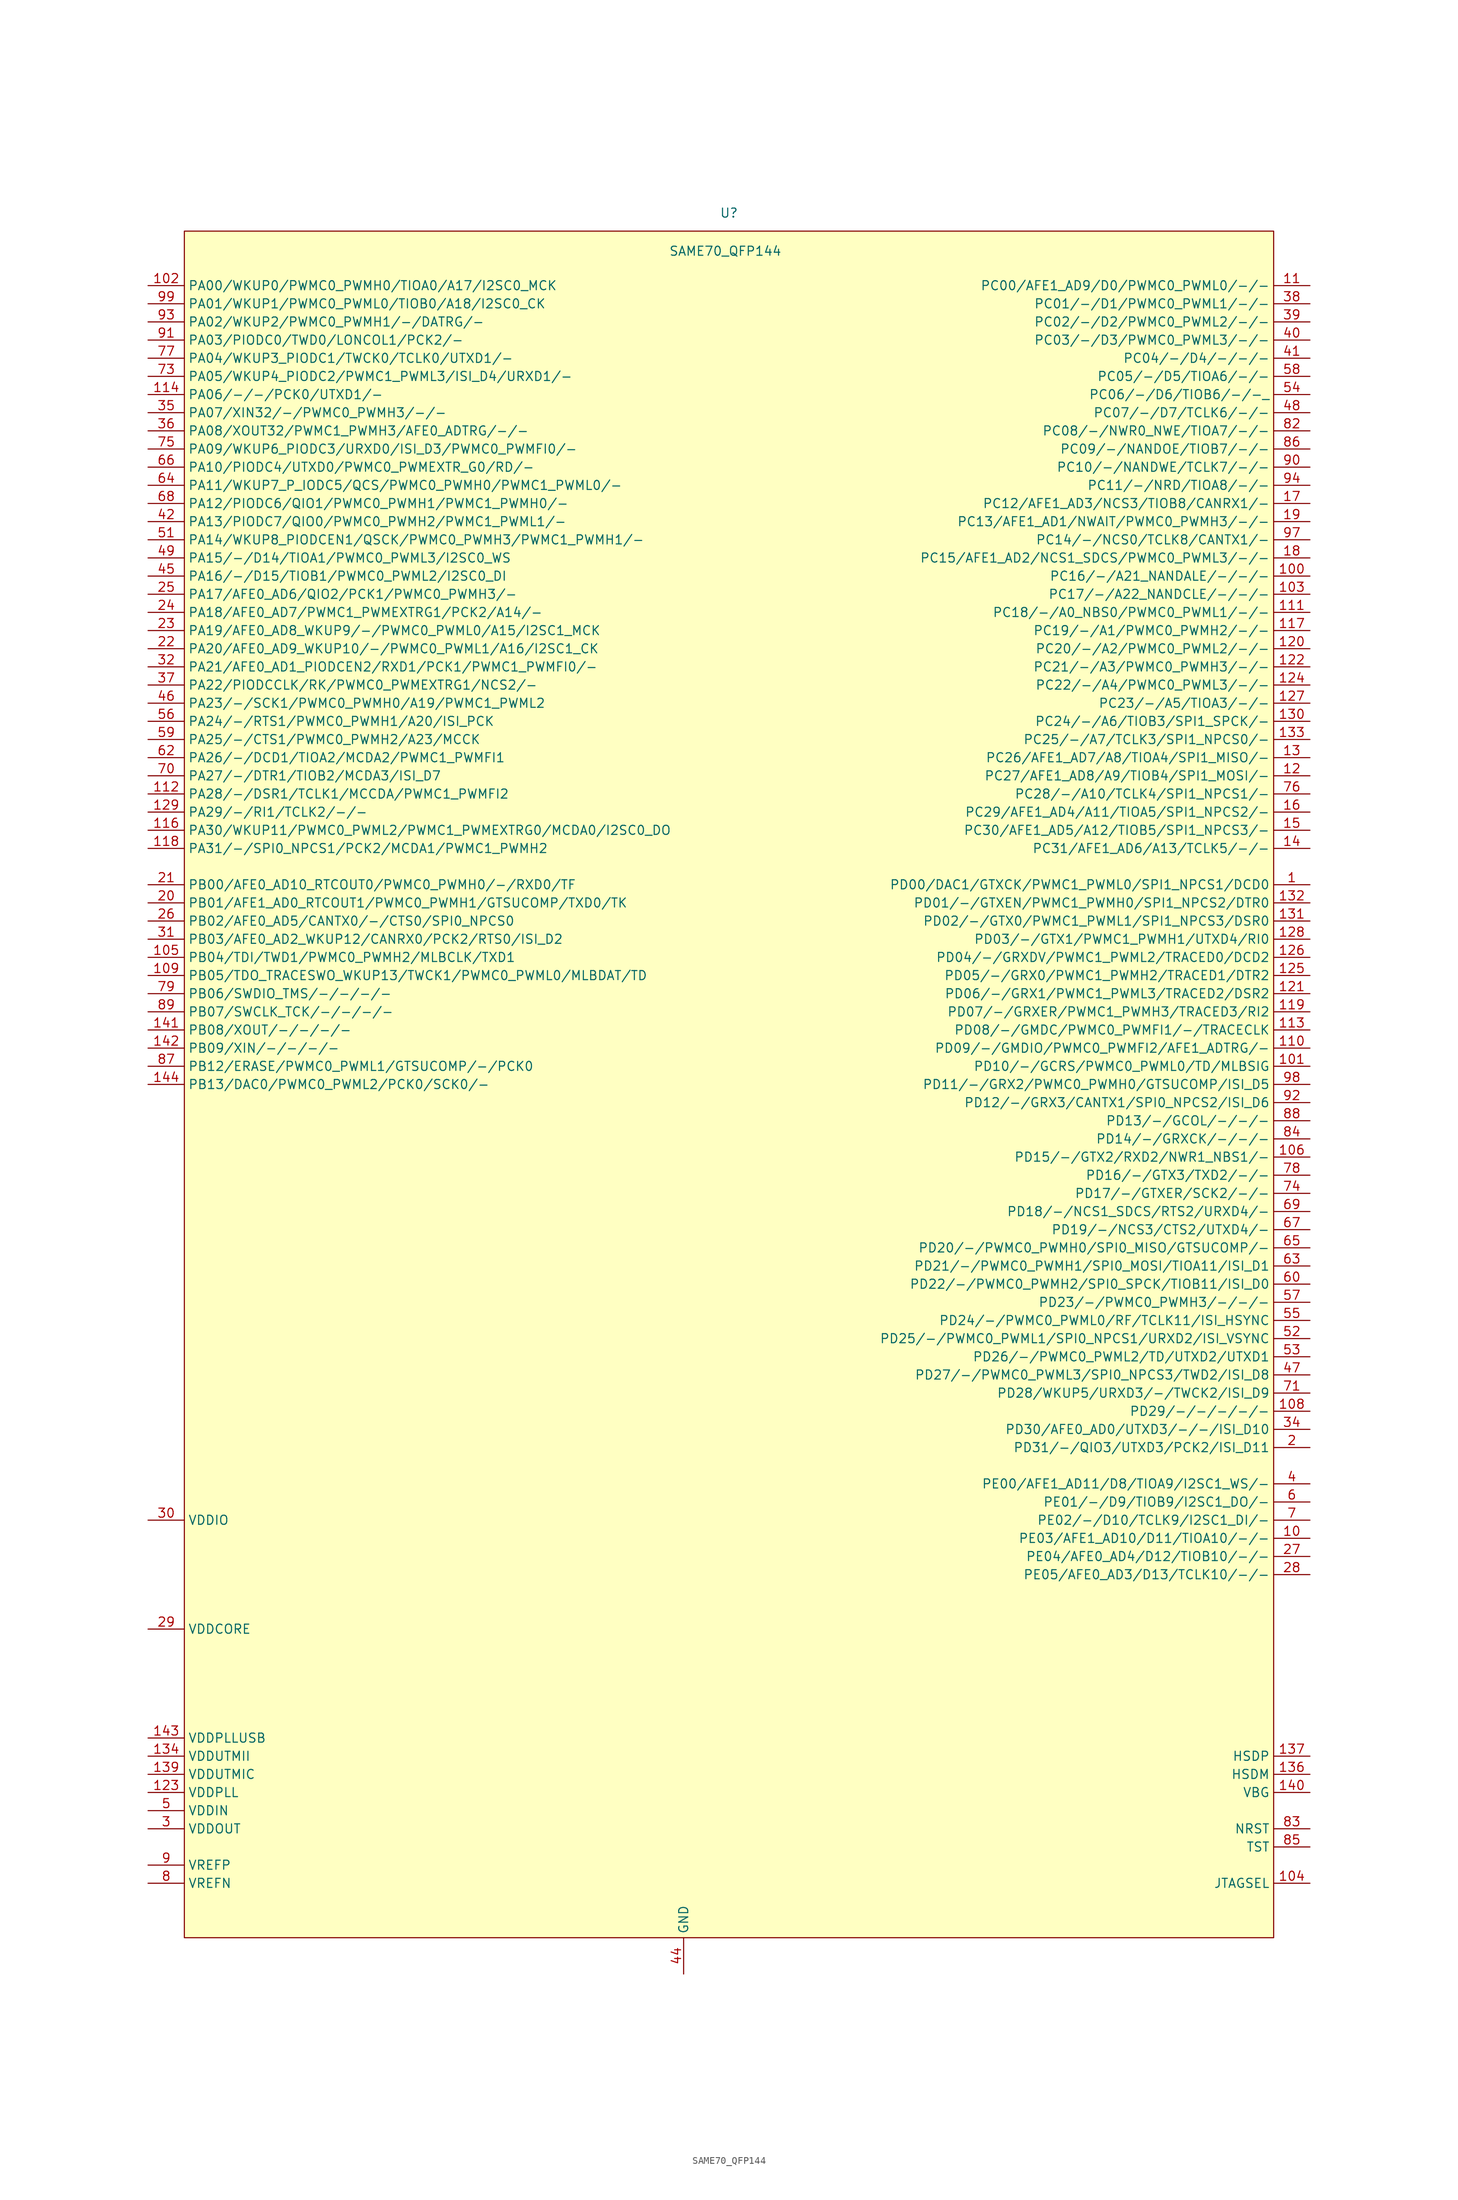
<source format=kicad_sym>
(kicad_symbol_lib
  (version 20231120)
  (generator "kicad_symbol_editor")
  (generator_version "8.0")
  (symbol "SAME70_QFP144"
    (property "Reference" "U"
      (at 0 121.92 0)
      (effects (font (size 1.27 1.27))))
    (property "Value" "SAME70_QFP144"
      (at -0.508 116.586 0)
      (effects (font (size 1.27 1.27))))
    (symbol "SAME70_QFP144_0_1"
      (rectangle (start -76.2 119.38) (end 76.2 -119.38) (stroke (width 0) (type default)) (fill (type background))))
    (symbol "SAME70_QFP144_1_1"
      (unit_name "Port A")
      (pin bidirectional line (at 81.28 27.94 180) (length 5.08) (name "PD00/DAC1/GTXCK/PWMC1_PWML0/SPI1_NPCS1/DCD0" (effects (font (size 1.27 1.27)))) (number "1" (effects (font (size 1.27 1.27)))))
      (pin bidirectional line (at 81.28 -63.5 180) (length 5.08) (name "PE03/AFE1_AD10/D11/TIOA10/-/-" (effects (font (size 1.27 1.27)))) (number "10" (effects (font (size 1.27 1.27)))))
      (pin bidirectional line (at 81.28 71.12 180) (length 5.08) (name "PC16/-/A21_NANDALE/-/-/-" (effects (font (size 1.27 1.27)))) (number "100" (effects (font (size 1.27 1.27)))))
      (pin bidirectional line (at 81.28 2.54 180) (length 5.08) (name "PD10/-/GCRS/PWMC0_PWML0/TD/MLBSIG" (effects (font (size 1.27 1.27)))) (number "101" (effects (font (size 1.27 1.27)))))
      (pin bidirectional line (at -81.28 111.76 0) (length 5.08) (name "PA00/WKUP0/PWMC0_PWMH0/TIOA0/A17/I2SC0_MCK" (effects (font (size 1.27 1.27)))) (number "102" (effects (font (size 1.27 1.27)))))
      (pin bidirectional line (at 81.28 68.58 180) (length 5.08) (name "PC17/-/A22_NANDCLE/-/-/-" (effects (font (size 1.27 1.27)))) (number "103" (effects (font (size 1.27 1.27)))))
      (pin input line (at 81.28 -111.76 180) (length 5.08) (name "JTAGSEL" (effects (font (size 1.27 1.27)))) (number "104" (effects (font (size 1.27 1.27)))))
      (pin bidirectional line (at -81.28 17.78 0) (length 5.08) (name "PB04/TDI/TWD1/PWMC0_PWMH2/MLBCLK/TXD1" (effects (font (size 1.27 1.27)))) (number "105" (effects (font (size 1.27 1.27)))))
      (pin bidirectional line (at 81.28 -10.16 180) (length 5.08) (name "PD15/-/GTX2/RXD2/NWR1_NBS1/-" (effects (font (size 1.27 1.27)))) (number "106" (effects (font (size 1.27 1.27)))))
      (pin passive line (at -81.28 -86.36 0) (length 5.08) hide (name "VDDCORE" (effects (font (size 1.27 1.27)))) (number "107" (effects (font (size 1.27 1.27)))))
      (pin bidirectional line (at 81.28 -45.72 180) (length 5.08) (name "PD29/-/-/-/-/-" (effects (font (size 1.27 1.27)))) (number "108" (effects (font (size 1.27 1.27)))))
      (pin bidirectional line (at -81.28 15.24 0) (length 5.08) (name "PB05/TDO_TRACESWO_WKUP13/TWCK1/PWMC0_PWML0/MLBDAT/TD" (effects (font (size 1.27 1.27)))) (number "109" (effects (font (size 1.27 1.27)))))
      (pin bidirectional line (at 81.28 111.76 180) (length 5.08) (name "PC00/AFE1_AD9/D0/PWMC0_PWML0/-/-" (effects (font (size 1.27 1.27)))) (number "11" (effects (font (size 1.27 1.27)))))
      (pin bidirectional line (at 81.28 5.08 180) (length 5.08) (name "PD09/-/GMDIO/PWMC0_PWMFI2/AFE1_ADTRG/-" (effects (font (size 1.27 1.27)))) (number "110" (effects (font (size 1.27 1.27)))))
      (pin bidirectional line (at 81.28 66.04 180) (length 5.08) (name "PC18/-/A0_NBS0/PWMC0_PWML1/-/-" (effects (font (size 1.27 1.27)))) (number "111" (effects (font (size 1.27 1.27)))))
      (pin bidirectional line (at -81.28 40.64 0) (length 5.08) (name "PA28/-/DSR1/TCLK1/MCCDA/PWMC1_PWMFI2" (effects (font (size 1.27 1.27)))) (number "112" (effects (font (size 1.27 1.27)))))
      (pin bidirectional line (at 81.28 7.62 180) (length 5.08) (name "PD08/-/GMDC/PWMC0_PWMFI1/-/TRACECLK" (effects (font (size 1.27 1.27)))) (number "113" (effects (font (size 1.27 1.27)))))
      (pin bidirectional line (at -81.28 96.52 0) (length 5.08) (name "PA06/-/-/PCK0/UTXD1/-" (effects (font (size 1.27 1.27)))) (number "114" (effects (font (size 1.27 1.27)))))
      (pin passive line (at 1.27 -124.46 90) (length 5.08) hide (name "GND" (effects (font (size 1.27 1.27)))) (number "115" (effects (font (size 1.27 1.27)))))
      (pin bidirectional line (at -81.28 35.56 0) (length 5.08) (name "PA30/WKUP11/PWMC0_PWML2/PWMC1_PWMEXTRG0/MCDA0/I2SC0_DO" (effects (font (size 1.27 1.27)))) (number "116" (effects (font (size 1.27 1.27)))))
      (pin bidirectional line (at 81.28 63.5 180) (length 5.08) (name "PC19/-/A1/PWMC0_PWMH2/-/-" (effects (font (size 1.27 1.27)))) (number "117" (effects (font (size 1.27 1.27)))))
      (pin bidirectional line (at -81.28 33.02 0) (length 5.08) (name "PA31/-/SPI0_NPCS1/PCK2/MCDA1/PWMC1_PWMH2" (effects (font (size 1.27 1.27)))) (number "118" (effects (font (size 1.27 1.27)))))
      (pin bidirectional line (at 81.28 10.16 180) (length 5.08) (name "PD07/-/GRXER/PWMC1_PWMH3/TRACED3/RI2" (effects (font (size 1.27 1.27)))) (number "119" (effects (font (size 1.27 1.27)))))
      (pin bidirectional line (at 81.28 43.18 180) (length 5.08) (name "PC27/AFE1_AD8/A9/TIOB4/SPI1_MOSI/-" (effects (font (size 1.27 1.27)))) (number "12" (effects (font (size 1.27 1.27)))))
      (pin bidirectional line (at 81.28 60.96 180) (length 5.08) (name "PC20/-/A2/PWMC0_PWML2/-/-" (effects (font (size 1.27 1.27)))) (number "120" (effects (font (size 1.27 1.27)))))
      (pin bidirectional line (at 81.28 12.7 180) (length 5.08) (name "PD06/-/GRX1/PWMC1_PWML3/TRACED2/DSR2" (effects (font (size 1.27 1.27)))) (number "121" (effects (font (size 1.27 1.27)))))
      (pin bidirectional line (at 81.28 58.42 180) (length 5.08) (name "PC21/-/A3/PWMC0_PWMH3/-/-" (effects (font (size 1.27 1.27)))) (number "122" (effects (font (size 1.27 1.27)))))
      (pin power_in line (at -81.28 -99.06 0) (length 5.08) (name "VDDPLL" (effects (font (size 1.27 1.27)))) (number "123" (effects (font (size 1.27 1.27)))))
      (pin bidirectional line (at 81.28 55.88 180) (length 5.08) (name "PC22/-/A4/PWMC0_PWML3/-/-" (effects (font (size 1.27 1.27)))) (number "124" (effects (font (size 1.27 1.27)))))
      (pin bidirectional line (at 81.28 15.24 180) (length 5.08) (name "PD05/-/GRX0/PWMC1_PWMH2/TRACED1/DTR2" (effects (font (size 1.27 1.27)))) (number "125" (effects (font (size 1.27 1.27)))))
      (pin bidirectional line (at 81.28 17.78 180) (length 5.08) (name "PD04/-/GRXDV/PWMC1_PWML2/TRACED0/DCD2" (effects (font (size 1.27 1.27)))) (number "126" (effects (font (size 1.27 1.27)))))
      (pin bidirectional line (at 81.28 53.34 180) (length 5.08) (name "PC23/-/A5/TIOA3/-/-" (effects (font (size 1.27 1.27)))) (number "127" (effects (font (size 1.27 1.27)))))
      (pin bidirectional line (at 81.28 20.32 180) (length 5.08) (name "PD03/-/GTX1/PWMC1_PWMH1/UTXD4/RI0" (effects (font (size 1.27 1.27)))) (number "128" (effects (font (size 1.27 1.27)))))
      (pin bidirectional line (at -81.28 38.1 0) (length 5.08) (name "PA29/-/RI1/TCLK2/-/-" (effects (font (size 1.27 1.27)))) (number "129" (effects (font (size 1.27 1.27)))))
      (pin bidirectional line (at 81.28 45.72 180) (length 5.08) (name "PC26/AFE1_AD7/A8/TIOA4/SPI1_MISO/-" (effects (font (size 1.27 1.27)))) (number "13" (effects (font (size 1.27 1.27)))))
      (pin bidirectional line (at 81.28 50.8 180) (length 5.08) (name "PC24/-/A6/TIOB3/SPI1_SPCK/-" (effects (font (size 1.27 1.27)))) (number "130" (effects (font (size 1.27 1.27)))))
      (pin bidirectional line (at 81.28 22.86 180) (length 5.08) (name "PD02/-/GTX0/PWMC1_PWML1/SPI1_NPCS3/DSR0" (effects (font (size 1.27 1.27)))) (number "131" (effects (font (size 1.27 1.27)))))
      (pin bidirectional line (at 81.28 25.4 180) (length 5.08) (name "PD01/-/GTXEN/PWMC1_PWMH0/SPI1_NPCS2/DTR0" (effects (font (size 1.27 1.27)))) (number "132" (effects (font (size 1.27 1.27)))))
      (pin bidirectional line (at 81.28 48.26 180) (length 5.08) (name "PC25/-/A7/TCLK3/SPI1_NPCS0/-" (effects (font (size 1.27 1.27)))) (number "133" (effects (font (size 1.27 1.27)))))
      (pin power_in line (at -81.28 -93.98 0) (length 5.08) (name "VDDUTMII" (effects (font (size 1.27 1.27)))) (number "134" (effects (font (size 1.27 1.27)))))
      (pin passive line (at 3.81 -124.46 90) (length 5.08) hide (name "GND" (effects (font (size 1.27 1.27)))) (number "135" (effects (font (size 1.27 1.27)))))
      (pin bidirectional line (at 81.28 -96.52 180) (length 5.08) (name "HSDM" (effects (font (size 1.27 1.27)))) (number "136" (effects (font (size 1.27 1.27)))))
      (pin bidirectional line (at 81.28 -93.98 180) (length 5.08) (name "HSDP" (effects (font (size 1.27 1.27)))) (number "137" (effects (font (size 1.27 1.27)))))
      (pin passive line (at 6.35 -124.46 90) (length 5.08) hide (name "GND" (effects (font (size 1.27 1.27)))) (number "138" (effects (font (size 1.27 1.27)))))
      (pin power_in line (at -81.28 -96.52 0) (length 5.08) (name "VDDUTMIC" (effects (font (size 1.27 1.27)))) (number "139" (effects (font (size 1.27 1.27)))))
      (pin bidirectional line (at 81.28 33.02 180) (length 5.08) (name "PC31/AFE1_AD6/A13/TCLK5/-/-" (effects (font (size 1.27 1.27)))) (number "14" (effects (font (size 1.27 1.27)))))
      (pin input line (at 81.28 -99.06 180) (length 5.08) (name "VBG" (effects (font (size 1.27 1.27)))) (number "140" (effects (font (size 1.27 1.27)))))
      (pin bidirectional line (at -81.28 7.62 0) (length 5.08) (name "PB08/XOUT/-/-/-/-" (effects (font (size 1.27 1.27)))) (number "141" (effects (font (size 1.27 1.27)))))
      (pin bidirectional line (at -81.28 5.08 0) (length 5.08) (name "PB09/XIN/-/-/-/-" (effects (font (size 1.27 1.27)))) (number "142" (effects (font (size 1.27 1.27)))))
      (pin power_in line (at -81.28 -91.44 0) (length 5.08) (name "VDDPLLUSB" (effects (font (size 1.27 1.27)))) (number "143" (effects (font (size 1.27 1.27)))))
      (pin bidirectional line (at -81.28 0 0) (length 5.08) (name "PB13/DAC0/PWMC0_PWML2/PCK0/SCK0/-" (effects (font (size 1.27 1.27)))) (number "144" (effects (font (size 1.27 1.27)))))
      (pin bidirectional line (at 81.28 35.56 180) (length 5.08) (name "PC30/AFE1_AD5/A12/TIOB5/SPI1_NPCS3/-" (effects (font (size 1.27 1.27)))) (number "15" (effects (font (size 1.27 1.27)))))
      (pin bidirectional line (at 81.28 38.1 180) (length 5.08) (name "PC29/AFE1_AD4/A11/TIOA5/SPI1_NPCS2/-" (effects (font (size 1.27 1.27)))) (number "16" (effects (font (size 1.27 1.27)))))
      (pin bidirectional line (at 81.28 81.28 180) (length 5.08) (name "PC12/AFE1_AD3/NCS3/TIOB8/CANRX1/-" (effects (font (size 1.27 1.27)))) (number "17" (effects (font (size 1.27 1.27)))))
      (pin bidirectional line (at 81.28 73.66 180) (length 5.08) (name "PC15/AFE1_AD2/NCS1_SDCS/PWMC0_PWML3/-/-" (effects (font (size 1.27 1.27)))) (number "18" (effects (font (size 1.27 1.27)))))
      (pin bidirectional line (at 81.28 78.74 180) (length 5.08) (name "PC13/AFE1_AD1/NWAIT/PWMC0_PWMH3/-/-" (effects (font (size 1.27 1.27)))) (number "19" (effects (font (size 1.27 1.27)))))
      (pin bidirectional line (at 81.28 -50.8 180) (length 5.08) (name "PD31/-/QIO3/UTXD3/PCK2/ISI_D11" (effects (font (size 1.27 1.27)))) (number "2" (effects (font (size 1.27 1.27)))))
      (pin bidirectional line (at -81.28 25.4 0) (length 5.08) (name "PB01/AFE1_AD0_RTCOUT1/PWMC0_PWMH1/GTSUCOMP/TXD0/TK" (effects (font (size 1.27 1.27)))) (number "20" (effects (font (size 1.27 1.27)))))
      (pin bidirectional line (at -81.28 27.94 0) (length 5.08) (name "PB00/AFE0_AD10_RTCOUT0/PWMC0_PWMH0/-/RXD0/TF" (effects (font (size 1.27 1.27)))) (number "21" (effects (font (size 1.27 1.27)))))
      (pin bidirectional line (at -81.28 60.96 0) (length 5.08) (name "PA20/AFE0_AD9_WKUP10/-/PWMC0_PWML1/A16/I2SC1_CK" (effects (font (size 1.27 1.27)))) (number "22" (effects (font (size 1.27 1.27)))))
      (pin bidirectional line (at -81.28 63.5 0) (length 5.08) (name "PA19/AFE0_AD8_WKUP9/-/PWMC0_PWML0/A15/I2SC1_MCK" (effects (font (size 1.27 1.27)))) (number "23" (effects (font (size 1.27 1.27)))))
      (pin bidirectional line (at -81.28 66.04 0) (length 5.08) (name "PA18/AFE0_AD7/PWMC1_PWMEXTRG1/PCK2/A14/-" (effects (font (size 1.27 1.27)))) (number "24" (effects (font (size 1.27 1.27)))))
      (pin bidirectional line (at -81.28 68.58 0) (length 5.08) (name "PA17/AFE0_AD6/QIO2/PCK1/PWMC0_PWMH3/-" (effects (font (size 1.27 1.27)))) (number "25" (effects (font (size 1.27 1.27)))))
      (pin bidirectional line (at -81.28 22.86 0) (length 5.08) (name "PB02/AFE0_AD5/CANTX0/-/CTS0/SPI0_NPCS0" (effects (font (size 1.27 1.27)))) (number "26" (effects (font (size 1.27 1.27)))))
      (pin bidirectional line (at 81.28 -66.04 180) (length 5.08) (name "PE04/AFE0_AD4/D12/TIOB10/-/-" (effects (font (size 1.27 1.27)))) (number "27" (effects (font (size 1.27 1.27)))))
      (pin bidirectional line (at 81.28 -68.58 180) (length 5.08) (name "PE05/AFE0_AD3/D13/TCLK10/-/-" (effects (font (size 1.27 1.27)))) (number "28" (effects (font (size 1.27 1.27)))))
      (pin power_in line (at -81.28 -76.2 0) (length 5.08) (name "VDDCORE" (effects (font (size 1.27 1.27)))) (number "29" (effects (font (size 1.27 1.27)))))
      (pin power_out line (at -81.28 -104.14 0) (length 5.08) (name "VDDOUT" (effects (font (size 1.27 1.27)))) (number "3" (effects (font (size 1.27 1.27)))))
      (pin power_in line (at -81.28 -60.96 0) (length 5.08) (name "VDDIO" (effects (font (size 1.27 1.27)))) (number "30" (effects (font (size 1.27 1.27)))))
      (pin bidirectional line (at -81.28 20.32 0) (length 5.08) (name "PB03/AFE0_AD2_WKUP12/CANRX0/PCK2/RTS0/ISI_D2" (effects (font (size 1.27 1.27)))) (number "31" (effects (font (size 1.27 1.27)))))
      (pin bidirectional line (at -81.28 58.42 0) (length 5.08) (name "PA21/AFE0_AD1_PIODCEN2/RXD1/PCK1/PWMC1_PWMFI0/-" (effects (font (size 1.27 1.27)))) (number "32" (effects (font (size 1.27 1.27)))))
      (pin passive line (at -81.28 -78.74 0) (length 5.08) hide (name "VDDCORE" (effects (font (size 1.27 1.27)))) (number "33" (effects (font (size 1.27 1.27)))))
      (pin bidirectional line (at 81.28 -48.26 180) (length 5.08) (name "PD30/AFE0_AD0/UTXD3/-/-/ISI_D10" (effects (font (size 1.27 1.27)))) (number "34" (effects (font (size 1.27 1.27)))))
      (pin bidirectional line (at -81.28 93.98 0) (length 5.08) (name "PA07/XIN32/-/PWMC0_PWMH3/-/-" (effects (font (size 1.27 1.27)))) (number "35" (effects (font (size 1.27 1.27)))))
      (pin bidirectional line (at -81.28 91.44 0) (length 5.08) (name "PA08/XOUT32/PWMC1_PWMH3/AFE0_ADTRG/-/-" (effects (font (size 1.27 1.27)))) (number "36" (effects (font (size 1.27 1.27)))))
      (pin bidirectional line (at -81.28 55.88 0) (length 5.08) (name "PA22/PIODCCLK/RK/PWMC0_PWMEXTRG1/NCS2/-" (effects (font (size 1.27 1.27)))) (number "37" (effects (font (size 1.27 1.27)))))
      (pin bidirectional line (at 81.28 109.22 180) (length 5.08) (name "PC01/-/D1/PWMC0_PWML1/-/-" (effects (font (size 1.27 1.27)))) (number "38" (effects (font (size 1.27 1.27)))))
      (pin bidirectional line (at 81.28 106.68 180) (length 5.08) (name "PC02/-/D2/PWMC0_PWML2/-/-" (effects (font (size 1.27 1.27)))) (number "39" (effects (font (size 1.27 1.27)))))
      (pin bidirectional line (at 81.28 -55.88 180) (length 5.08) (name "PE00/AFE1_AD11/D8/TIOA9/I2SC1_WS/-" (effects (font (size 1.27 1.27)))) (number "4" (effects (font (size 1.27 1.27)))))
      (pin bidirectional line (at 81.28 104.14 180) (length 5.08) (name "PC03/-/D3/PWMC0_PWML3/-/-" (effects (font (size 1.27 1.27)))) (number "40" (effects (font (size 1.27 1.27)))))
      (pin bidirectional line (at 81.28 101.6 180) (length 5.08) (name "PC04/-/D4/-/-/-" (effects (font (size 1.27 1.27)))) (number "41" (effects (font (size 1.27 1.27)))))
      (pin bidirectional line (at -81.28 78.74 0) (length 5.08) (name "PA13/PIODC7/QIO0/PWMC0_PWMH2/PWMC1_PWML1/-" (effects (font (size 1.27 1.27)))) (number "42" (effects (font (size 1.27 1.27)))))
      (pin passive line (at -81.28 -63.5 0) (length 5.08) hide (name "VDDIO" (effects (font (size 1.27 1.27)))) (number "43" (effects (font (size 1.27 1.27)))))
      (pin power_in line (at -6.35 -124.46 90) (length 5.08) (name "GND" (effects (font (size 1.27 1.27)))) (number "44" (effects (font (size 1.27 1.27)))))
      (pin bidirectional line (at -81.28 71.12 0) (length 5.08) (name "PA16/-/D15/TIOB1/PWMC0_PWML2/I2SC0_DI" (effects (font (size 1.27 1.27)))) (number "45" (effects (font (size 1.27 1.27)))))
      (pin bidirectional line (at -81.28 53.34 0) (length 5.08) (name "PA23/-/SCK1/PWMC0_PWMH0/A19/PWMC1_PWML2" (effects (font (size 1.27 1.27)))) (number "46" (effects (font (size 1.27 1.27)))))
      (pin bidirectional line (at 81.28 -40.64 180) (length 5.08) (name "PD27/-/PWMC0_PWML3/SPI0_NPCS3/TWD2/ISI_D8" (effects (font (size 1.27 1.27)))) (number "47" (effects (font (size 1.27 1.27)))))
      (pin bidirectional line (at 81.28 93.98 180) (length 5.08) (name "PC07/-/D7/TCLK6/-/-" (effects (font (size 1.27 1.27)))) (number "48" (effects (font (size 1.27 1.27)))))
      (pin bidirectional line (at -81.28 73.66 0) (length 5.08) (name "PA15/-/D14/TIOA1/PWMC0_PWML3/I2SC0_WS" (effects (font (size 1.27 1.27)))) (number "49" (effects (font (size 1.27 1.27)))))
      (pin power_in line (at -81.28 -101.6 0) (length 5.08) (name "VDDIN" (effects (font (size 1.27 1.27)))) (number "5" (effects (font (size 1.27 1.27)))))
      (pin passive line (at -81.28 -81.28 0) (length 5.08) hide (name "VDDCORE" (effects (font (size 1.27 1.27)))) (number "50" (effects (font (size 1.27 1.27)))))
      (pin bidirectional line (at -81.28 76.2 0) (length 5.08) (name "PA14/WKUP8_PIODCEN1/QSCK/PWMC0_PWMH3/PWMC1_PWMH1/-" (effects (font (size 1.27 1.27)))) (number "51" (effects (font (size 1.27 1.27)))))
      (pin bidirectional line (at 81.28 -35.56 180) (length 5.08) (name "PD25/-/PWMC0_PWML1/SPI0_NPCS1/URXD2/ISI_VSYNC" (effects (font (size 1.27 1.27)))) (number "52" (effects (font (size 1.27 1.27)))))
      (pin bidirectional line (at 81.28 -38.1 180) (length 5.08) (name "PD26/-/PWMC0_PWML2/TD/UTXD2/UTXD1" (effects (font (size 1.27 1.27)))) (number "53" (effects (font (size 1.27 1.27)))))
      (pin bidirectional line (at 81.28 96.52 180) (length 5.08) (name "PC06/-/D6/TIOB6/-/-_" (effects (font (size 1.27 1.27)))) (number "54" (effects (font (size 1.27 1.27)))))
      (pin bidirectional line (at 81.28 -33.02 180) (length 5.08) (name "PD24/-/PWMC0_PWML0/RF/TCLK11/ISI_HSYNC" (effects (font (size 1.27 1.27)))) (number "55" (effects (font (size 1.27 1.27)))))
      (pin bidirectional line (at -81.28 50.8 0) (length 5.08) (name "PA24/-/RTS1/PWMC0_PWMH1/A20/ISI_PCK" (effects (font (size 1.27 1.27)))) (number "56" (effects (font (size 1.27 1.27)))))
      (pin bidirectional line (at 81.28 -30.48 180) (length 5.08) (name "PD23/-/PWMC0_PWMH3/-/-/-" (effects (font (size 1.27 1.27)))) (number "57" (effects (font (size 1.27 1.27)))))
      (pin bidirectional line (at 81.28 99.06 180) (length 5.08) (name "PC05/-/D5/TIOA6/-/-" (effects (font (size 1.27 1.27)))) (number "58" (effects (font (size 1.27 1.27)))))
      (pin bidirectional line (at -81.28 48.26 0) (length 5.08) (name "PA25/-/CTS1/PWMC0_PWMH2/A23/MCCK" (effects (font (size 1.27 1.27)))) (number "59" (effects (font (size 1.27 1.27)))))
      (pin bidirectional line (at 81.28 -58.42 180) (length 5.08) (name "PE01/-/D9/TIOB9/I2SC1_DO/-" (effects (font (size 1.27 1.27)))) (number "6" (effects (font (size 1.27 1.27)))))
      (pin bidirectional line (at 81.28 -27.94 180) (length 5.08) (name "PD22/-/PWMC0_PWMH2/SPI0_SPCK/TIOB11/ISI_D0" (effects (font (size 1.27 1.27)))) (number "60" (effects (font (size 1.27 1.27)))))
      (pin passive line (at -3.81 -124.46 90) (length 5.08) hide (name "GND" (effects (font (size 1.27 1.27)))) (number "61" (effects (font (size 1.27 1.27)))))
      (pin bidirectional line (at -81.28 45.72 0) (length 5.08) (name "PA26/-/DCD1/TIOA2/MCDA2/PWMC1_PWMFI1" (effects (font (size 1.27 1.27)))) (number "62" (effects (font (size 1.27 1.27)))))
      (pin bidirectional line (at 81.28 -25.4 180) (length 5.08) (name "PD21/-/PWMC0_PWMH1/SPI0_MOSI/TIOA11/ISI_D1" (effects (font (size 1.27 1.27)))) (number "63" (effects (font (size 1.27 1.27)))))
      (pin bidirectional line (at -81.28 83.82 0) (length 5.08) (name "PA11/WKUP7_P_IODC5/QCS/PWMC0_PWMH0/PWMC1_PWML0/-" (effects (font (size 1.27 1.27)))) (number "64" (effects (font (size 1.27 1.27)))))
      (pin bidirectional line (at 81.28 -22.86 180) (length 5.08) (name "PD20/-/PWMC0_PWMH0/SPI0_MISO/GTSUCOMP/-" (effects (font (size 1.27 1.27)))) (number "65" (effects (font (size 1.27 1.27)))))
      (pin bidirectional line (at -81.28 86.36 0) (length 5.08) (name "PA10/PIODC4/UTXD0/PWMC0_PWMEXTR_G0/RD/-" (effects (font (size 1.27 1.27)))) (number "66" (effects (font (size 1.27 1.27)))))
      (pin bidirectional line (at 81.28 -20.32 180) (length 5.08) (name "PD19/-/NCS3/CTS2/UTXD4/-" (effects (font (size 1.27 1.27)))) (number "67" (effects (font (size 1.27 1.27)))))
      (pin bidirectional line (at -81.28 81.28 0) (length 5.08) (name "PA12/PIODC6/QIO1/PWMC0_PWMH1/PWMC1_PWMH0/-" (effects (font (size 1.27 1.27)))) (number "68" (effects (font (size 1.27 1.27)))))
      (pin bidirectional line (at 81.28 -17.78 180) (length 5.08) (name "PD18/-/NCS1_SDCS/RTS2/URXD4/-" (effects (font (size 1.27 1.27)))) (number "69" (effects (font (size 1.27 1.27)))))
      (pin bidirectional line (at 81.28 -60.96 180) (length 5.08) (name "PE02/-/D10/TCLK9/I2SC1_DI/-" (effects (font (size 1.27 1.27)))) (number "7" (effects (font (size 1.27 1.27)))))
      (pin bidirectional line (at -81.28 43.18 0) (length 5.08) (name "PA27/-/DTR1/TIOB2/MCDA3/ISI_D7" (effects (font (size 1.27 1.27)))) (number "70" (effects (font (size 1.27 1.27)))))
      (pin bidirectional line (at 81.28 -43.18 180) (length 5.08) (name "PD28/WKUP5/URXD3/-/TWCK2/ISI_D9" (effects (font (size 1.27 1.27)))) (number "71" (effects (font (size 1.27 1.27)))))
      (pin passive line (at -81.28 -66.04 0) (length 5.08) hide (name "VDDIO" (effects (font (size 1.27 1.27)))) (number "72" (effects (font (size 1.27 1.27)))))
      (pin bidirectional line (at -81.28 99.06 0) (length 5.08) (name "PA05/WKUP4_PIODC2/PWMC1_PWML3/ISI_D4/URXD1/-" (effects (font (size 1.27 1.27)))) (number "73" (effects (font (size 1.27 1.27)))))
      (pin bidirectional line (at 81.28 -15.24 180) (length 5.08) (name "PD17/-/GTXER/SCK2/-/-" (effects (font (size 1.27 1.27)))) (number "74" (effects (font (size 1.27 1.27)))))
      (pin bidirectional line (at -81.28 88.9 0) (length 5.08) (name "PA09/WKUP6_PIODC3/URXD0/ISI_D3/PWMC0_PWMFI0/-" (effects (font (size 1.27 1.27)))) (number "75" (effects (font (size 1.27 1.27)))))
      (pin bidirectional line (at 81.28 40.64 180) (length 5.08) (name "PC28/-/A10/TCLK4/SPI1_NPCS1/-" (effects (font (size 1.27 1.27)))) (number "76" (effects (font (size 1.27 1.27)))))
      (pin bidirectional line (at -81.28 101.6 0) (length 5.08) (name "PA04/WKUP3_PIODC1/TWCK0/TCLK0/UTXD1/-" (effects (font (size 1.27 1.27)))) (number "77" (effects (font (size 1.27 1.27)))))
      (pin bidirectional line (at 81.28 -12.7 180) (length 5.08) (name "PD16/-/GTX3/TXD2/-/-" (effects (font (size 1.27 1.27)))) (number "78" (effects (font (size 1.27 1.27)))))
      (pin bidirectional line (at -81.28 12.7 0) (length 5.08) (name "PB06/SWDIO_TMS/-/-/-/-" (effects (font (size 1.27 1.27)))) (number "79" (effects (font (size 1.27 1.27)))))
      (pin bidirectional line (at -81.28 -111.76 0) (length 5.08) (name "VREFN" (effects (font (size 1.27 1.27)))) (number "8" (effects (font (size 1.27 1.27)))))
      (pin passive line (at -81.28 -68.58 0) (length 5.08) hide (name "VDDIO" (effects (font (size 1.27 1.27)))) (number "80" (effects (font (size 1.27 1.27)))))
      (pin passive line (at -81.28 -83.82 0) (length 5.08) hide (name "VDDCORE" (effects (font (size 1.27 1.27)))) (number "81" (effects (font (size 1.27 1.27)))))
      (pin bidirectional line (at 81.28 91.44 180) (length 5.08) (name "PC08/-/NWR0_NWE/TIOA7/-/-" (effects (font (size 1.27 1.27)))) (number "82" (effects (font (size 1.27 1.27)))))
      (pin bidirectional line (at 81.28 -104.14 180) (length 5.08) (name "NRST" (effects (font (size 1.27 1.27)))) (number "83" (effects (font (size 1.27 1.27)))))
      (pin bidirectional line (at 81.28 -7.62 180) (length 5.08) (name "PD14/-/GRXCK/-/-/-" (effects (font (size 1.27 1.27)))) (number "84" (effects (font (size 1.27 1.27)))))
      (pin input line (at 81.28 -106.68 180) (length 5.08) (name "TST" (effects (font (size 1.27 1.27)))) (number "85" (effects (font (size 1.27 1.27)))))
      (pin bidirectional line (at 81.28 88.9 180) (length 5.08) (name "PC09/-/NANDOE/TIOB7/-/-" (effects (font (size 1.27 1.27)))) (number "86" (effects (font (size 1.27 1.27)))))
      (pin bidirectional line (at -81.28 2.54 0) (length 5.08) (name "PB12/ERASE/PWMC0_PWML1/GTSUCOMP/-/PCK0" (effects (font (size 1.27 1.27)))) (number "87" (effects (font (size 1.27 1.27)))))
      (pin bidirectional line (at 81.28 -5.08 180) (length 5.08) (name "PD13/-/GCOL/-/-/-" (effects (font (size 1.27 1.27)))) (number "88" (effects (font (size 1.27 1.27)))))
      (pin bidirectional line (at -81.28 10.16 0) (length 5.08) (name "PB07/SWCLK_TCK/-/-/-/-" (effects (font (size 1.27 1.27)))) (number "89" (effects (font (size 1.27 1.27)))))
      (pin input line (at -81.28 -109.22 0) (length 5.08) (name "VREFP" (effects (font (size 1.27 1.27)))) (number "9" (effects (font (size 1.27 1.27)))))
      (pin bidirectional line (at 81.28 86.36 180) (length 5.08) (name "PC10/-/NANDWE/TCLK7/-/-" (effects (font (size 1.27 1.27)))) (number "90" (effects (font (size 1.27 1.27)))))
      (pin bidirectional line (at -81.28 104.14 0) (length 5.08) (name "PA03/PIODC0/TWD0/LONCOL1/PCK2/-" (effects (font (size 1.27 1.27)))) (number "91" (effects (font (size 1.27 1.27)))))
      (pin bidirectional line (at 81.28 -2.54 180) (length 5.08) (name "PD12/-/GRX3/CANTX1/SPI0_NPCS2/ISI_D6" (effects (font (size 1.27 1.27)))) (number "92" (effects (font (size 1.27 1.27)))))
      (pin bidirectional line (at -81.28 106.68 0) (length 5.08) (name "PA02/WKUP2/PWMC0_PWMH1/-/DATRG/-" (effects (font (size 1.27 1.27)))) (number "93" (effects (font (size 1.27 1.27)))))
      (pin bidirectional line (at 81.28 83.82 180) (length 5.08) (name "PC11/-/NRD/TIOA8/-/-" (effects (font (size 1.27 1.27)))) (number "94" (effects (font (size 1.27 1.27)))))
      (pin passive line (at -1.27 -124.46 90) (length 5.08) hide (name "GND" (effects (font (size 1.27 1.27)))) (number "95" (effects (font (size 1.27 1.27)))))
      (pin passive line (at -81.28 -71.12 0) (length 5.08) hide (name "VDDIO" (effects (font (size 1.27 1.27)))) (number "96" (effects (font (size 1.27 1.27)))))
      (pin bidirectional line (at 81.28 76.2 180) (length 5.08) (name "PC14/-/NCS0/TCLK8/CANTX1/-" (effects (font (size 1.27 1.27)))) (number "97" (effects (font (size 1.27 1.27)))))
      (pin bidirectional line (at 81.28 0 180) (length 5.08) (name "PD11/-/GRX2/PWMC0_PWMH0/GTSUCOMP/ISI_D5" (effects (font (size 1.27 1.27)))) (number "98" (effects (font (size 1.27 1.27)))))
      (pin bidirectional line (at -81.28 109.22 0) (length 5.08) (name "PA01/WKUP1/PWMC0_PWML0/TIOB0/A18/I2SC0_CK" (effects (font (size 1.27 1.27)))) (number "99" (effects (font (size 1.27 1.27))))))))
</source>
